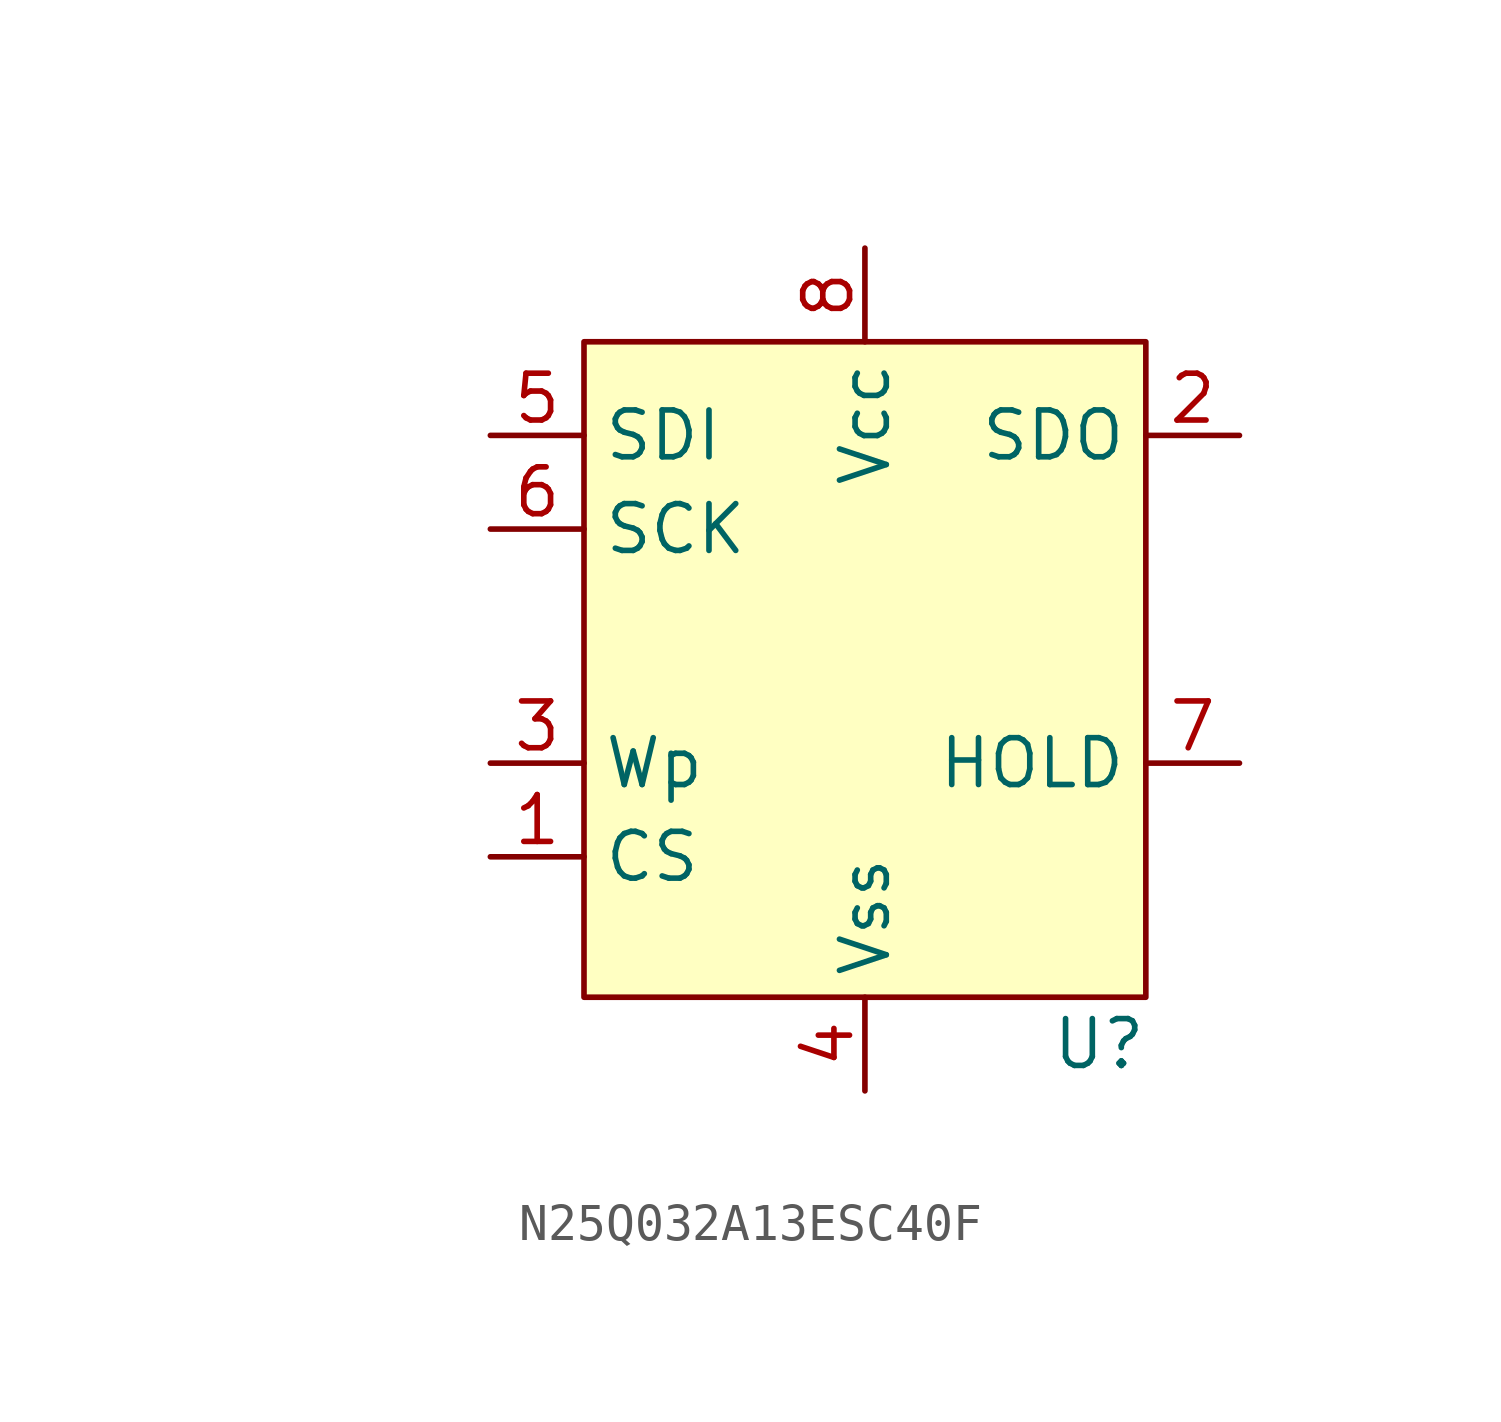
<source format=kicad_sym>
(kicad_symbol_lib
  (version 20220914)
  (generator kicad_symbol_editor)
  (symbol "N25Q032A13ESC40F"
    (property "Reference" "U"
      (at 6.35 -16.51 0)
      (effects (font (size 1.27 1.27))))
    (property "Value" ""
      (at -16.51 -15.875 0)
      (effects (font (size 1.27 1.27))))
    (symbol "N25Q032A13ESC40F_0_0"
      (pin passive line (at 0 -17.78 90) (length 2.54) (name "Vss" (effects (font (size 1.27 1.27)))) (number "4" (effects (font (size 1.27 1.27)))))
      (pin power_in line (at 0 5.08 270) (length 2.54) (name "Vcc" (effects (font (size 1.27 1.27)))) (number "8" (effects (font (size 1.27 1.27))))))
    (symbol "N25Q032A13ESC40F_1_0"
      (pin input line (at -10.16 -11.43 0) (length 2.54) (name "CS" (effects (font (size 1.27 1.27)))) (number "1" (effects (font (size 1.27 1.27)))))
      (pin passive line (at 10.16 0 180) (length 2.54) (name "SDO" (effects (font (size 1.27 1.27)))) (number "2" (effects (font (size 1.27 1.27)))))
      (pin passive line (at -10.16 -8.89 0) (length 2.54) (name "Wp" (effects (font (size 1.27 1.27)))) (number "3" (effects (font (size 1.27 1.27)))))
      (pin passive line (at -10.16 0 0) (length 2.54) (name "SDI" (effects (font (size 1.27 1.27)))) (number "5" (effects (font (size 1.27 1.27)))))
      (pin input line (at -10.16 -2.54 0) (length 2.54) (name "SCK" (effects (font (size 1.27 1.27)))) (number "6" (effects (font (size 1.27 1.27)))))
      (pin passive line (at 10.16 -8.89 180) (length 2.54) (name "HOLD" (effects (font (size 1.27 1.27)))) (number "7" (effects (font (size 1.27 1.27))))))
    (symbol "N25Q032A13ESC40F_1_1"
      (rectangle (start -7.62 2.54) (end 7.62 -15.24) (stroke (width 0) (type default)) (fill (type background))))))
</source>
